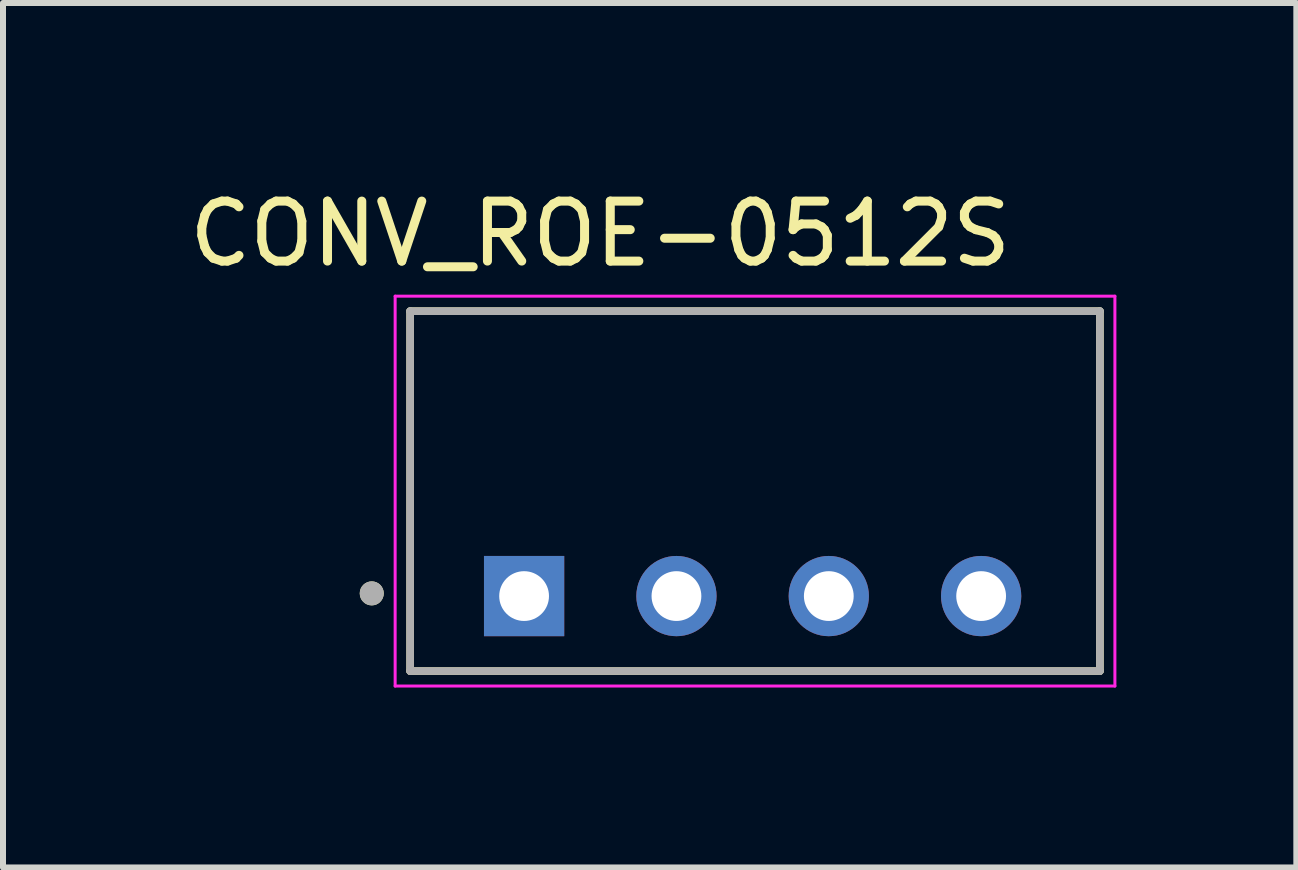
<source format=kicad_pcb>
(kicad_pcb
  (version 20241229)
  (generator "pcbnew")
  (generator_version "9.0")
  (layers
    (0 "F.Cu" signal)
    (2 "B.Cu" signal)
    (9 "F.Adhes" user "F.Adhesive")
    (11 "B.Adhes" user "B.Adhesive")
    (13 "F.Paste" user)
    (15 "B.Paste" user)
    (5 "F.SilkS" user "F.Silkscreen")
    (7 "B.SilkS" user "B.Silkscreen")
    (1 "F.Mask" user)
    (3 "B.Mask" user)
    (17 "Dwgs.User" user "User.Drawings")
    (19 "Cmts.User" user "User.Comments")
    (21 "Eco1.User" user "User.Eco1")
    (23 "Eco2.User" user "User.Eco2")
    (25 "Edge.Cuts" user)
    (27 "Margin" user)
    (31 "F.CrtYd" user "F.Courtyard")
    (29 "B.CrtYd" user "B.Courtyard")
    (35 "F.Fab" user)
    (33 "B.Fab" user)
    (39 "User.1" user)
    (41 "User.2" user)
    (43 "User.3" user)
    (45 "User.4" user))
  (footprint "CONV_ROE-0512S"
    (layer "F.Cu")
    (at 9.538 5.138)
    (property "Reference" "CONV_ROE-0512S" (at -2.58 -4.29 0) (layer "F.SilkS") (effects (font (size 1 1) (thickness 0.15))))
    (attr through_hole)
    (fp_line (start -5.75 -3) (end -5.75 3) (stroke (width 0.127) (type solid)) (layer "F.SilkS"))
    (fp_line (start -5.75 3) (end 5.75 3) (stroke (width 0.127) (type solid)) (layer "F.SilkS"))
    (fp_line (start 5.75 -3) (end -5.75 -3) (stroke (width 0.127) (type solid)) (layer "F.SilkS"))
    (fp_line (start 5.75 3) (end 5.75 -3) (stroke (width 0.127) (type solid)) (layer "F.SilkS"))
    (fp_circle (center -6.39 1.705) (end -6.29 1.705) (stroke (width 0.2) (type solid)) (fill no) (layer "F.SilkS"))
    (fp_line (start -6 -3.25) (end -6 3.25) (stroke (width 0.05) (type solid)) (layer "F.CrtYd"))
    (fp_line (start -6 3.25) (end 6 3.25) (stroke (width 0.05) (type solid)) (layer "F.CrtYd"))
    (fp_line (start 6 -3.25) (end -6 -3.25) (stroke (width 0.05) (type solid)) (layer "F.CrtYd"))
    (fp_line (start 6 3.25) (end 6 -3.25) (stroke (width 0.05) (type solid)) (layer "F.CrtYd"))
    (fp_line (start -5.75 -3) (end -5.75 3) (stroke (width 0.127) (type solid)) (layer "F.Fab"))
    (fp_line (start -5.75 3) (end 5.75 3) (stroke (width 0.127) (type solid)) (layer "F.Fab"))
    (fp_line (start 5.75 -3) (end -5.75 -3) (stroke (width 0.127) (type solid)) (layer "F.Fab"))
    (fp_line (start 5.75 3) (end 5.75 -3) (stroke (width 0.127) (type solid)) (layer "F.Fab"))
    (fp_circle (center -6.39 1.705) (end -6.29 1.705) (stroke (width 0.2) (type solid)) (fill no) (layer "F.Fab"))
    (pad "1" thru_hole rect (at -3.85 1.75) (size 1.338 1.338) (drill 0.83) (layers "*.Cu" "*.Mask"))
    (pad "2" thru_hole circle (at -1.31 1.75) (size 1.338 1.338) (drill 0.83) (layers "*.Cu" "*.Mask"))
    (pad "3" thru_hole circle (at 1.23 1.75) (size 1.338 1.338) (drill 0.83) (layers "*.Cu" "*.Mask"))
    (pad "4" thru_hole circle (at 3.77 1.75) (size 1.338 1.338) (drill 0.83) (layers "*.Cu" "*.Mask")))
  (gr_rect
    (start -3 -3)
    (end 18.563 11.413)
    (stroke (width 0.1) (type default))
    (fill no)
    (layer "Edge.Cuts")))
</source>
